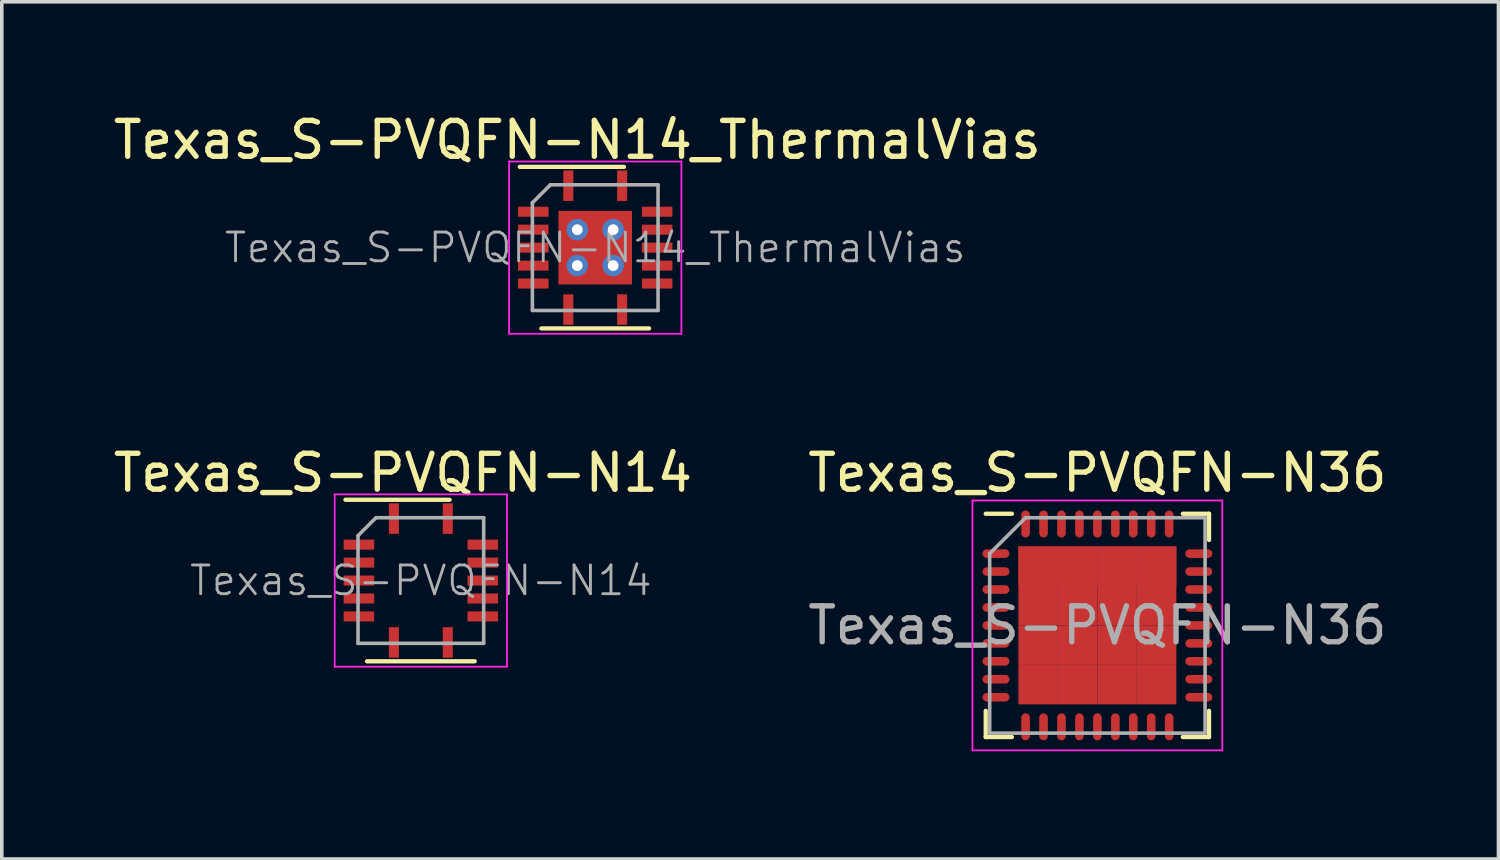
<source format=kicad_pcb>
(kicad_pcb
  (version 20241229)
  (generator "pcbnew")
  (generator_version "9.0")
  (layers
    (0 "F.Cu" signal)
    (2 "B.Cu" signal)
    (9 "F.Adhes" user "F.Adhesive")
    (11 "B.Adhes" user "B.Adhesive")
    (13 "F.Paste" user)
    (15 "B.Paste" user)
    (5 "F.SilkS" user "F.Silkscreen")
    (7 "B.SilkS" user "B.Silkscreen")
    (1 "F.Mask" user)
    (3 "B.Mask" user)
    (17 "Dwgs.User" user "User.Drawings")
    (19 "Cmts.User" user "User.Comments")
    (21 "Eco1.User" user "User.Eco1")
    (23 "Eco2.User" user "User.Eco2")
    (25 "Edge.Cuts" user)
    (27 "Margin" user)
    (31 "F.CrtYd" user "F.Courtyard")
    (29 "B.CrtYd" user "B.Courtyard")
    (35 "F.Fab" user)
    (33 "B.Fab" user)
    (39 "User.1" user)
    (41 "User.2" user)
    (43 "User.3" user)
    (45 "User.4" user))
  (footprint "Texas_S-PVQFN-N36"
    (layer "F.Cu")
    (at 27.518 14.371)
    (property "Reference" "Texas_S-PVQFN-N36" (at 0 -4.25 0) (layer "F.SilkS") (effects (font (size 1 1) (thickness 0.15))))
    (attr smd)
    (fp_line (start -3.11 3.11) (end -3.11 2.38) (stroke (width 0.12) (type solid)) (layer "F.SilkS"))
    (fp_line (start -3.11 3.11) (end -2.38 3.11) (stroke (width 0.12) (type solid)) (layer "F.SilkS"))
    (fp_line (start -2.38 -3.11) (end -3.11 -3.11) (stroke (width 0.12) (type solid)) (layer "F.SilkS"))
    (fp_line (start 3.11 -3.11) (end 2.38 -3.11) (stroke (width 0.12) (type solid)) (layer "F.SilkS"))
    (fp_line (start 3.11 -3.11) (end 3.11 -2.38) (stroke (width 0.12) (type solid)) (layer "F.SilkS"))
    (fp_line (start 3.11 3.11) (end 2.38 3.11) (stroke (width 0.12) (type solid)) (layer "F.SilkS"))
    (fp_line (start 3.11 3.11) (end 3.11 2.38) (stroke (width 0.12) (type solid)) (layer "F.SilkS"))
    (fp_line (start -3.48 -3.48) (end -3.48 3.48) (stroke (width 0.05) (type solid)) (layer "F.CrtYd"))
    (fp_line (start -3.48 -3.48) (end 3.48 -3.48) (stroke (width 0.05) (type solid)) (layer "F.CrtYd"))
    (fp_line (start -3.48 3.48) (end 3.48 3.48) (stroke (width 0.05) (type solid)) (layer "F.CrtYd"))
    (fp_line (start 3.48 -3.48) (end 3.48 3.48) (stroke (width 0.05) (type solid)) (layer "F.CrtYd"))
    (fp_line (start -3 -2) (end -2 -3) (stroke (width 0.1) (type solid)) (layer "F.Fab"))
    (fp_line (start -3 3) (end -3 -2) (stroke (width 0.1) (type solid)) (layer "F.Fab"))
    (fp_line (start -2 -3) (end 3 -3) (stroke (width 0.1) (type solid)) (layer "F.Fab"))
    (fp_line (start 3 -3) (end 3 3) (stroke (width 0.1) (type solid)) (layer "F.Fab"))
    (fp_line (start 3 3) (end -3 3) (stroke (width 0.1) (type solid)) (layer "F.Fab"))
    (fp_text user "${REFERENCE}" (at 0 0 0) (layer "F.Fab") (effects (font (size 1 1) (thickness 0.15))))
    (pad "1" smd oval (at -2.825 -2) (size 0.75 0.24) (layers "F.Cu" "F.Mask" "F.Paste"))
    (pad "2" smd oval (at -2.825 -1.5) (size 0.75 0.24) (layers "F.Cu" "F.Mask" "F.Paste"))
    (pad "3" smd oval (at -2.825 -1) (size 0.75 0.24) (layers "F.Cu" "F.Mask" "F.Paste"))
    (pad "4" smd oval (at -2.825 -0.5) (size 0.75 0.24) (layers "F.Cu" "F.Mask" "F.Paste"))
    (pad "5" smd oval (at -2.825 0) (size 0.75 0.24) (layers "F.Cu" "F.Mask" "F.Paste"))
    (pad "6" smd oval (at -2.825 0.5) (size 0.75 0.24) (layers "F.Cu" "F.Mask" "F.Paste"))
    (pad "7" smd oval (at -2.825 1) (size 0.75 0.24) (layers "F.Cu" "F.Mask" "F.Paste"))
    (pad "8" smd oval (at -2.825 1.5) (size 0.75 0.24) (layers "F.Cu" "F.Mask" "F.Paste"))
    (pad "9" smd oval (at -2.825 2) (size 0.75 0.24) (layers "F.Cu" "F.Mask" "F.Paste"))
    (pad "10" smd oval (at -2 2.825 90) (size 0.75 0.24) (layers "F.Cu" "F.Mask" "F.Paste"))
    (pad "11" smd oval (at -1.5 2.825 90) (size 0.75 0.24) (layers "F.Cu" "F.Mask" "F.Paste"))
    (pad "12" smd oval (at -1 2.825 90) (size 0.75 0.24) (layers "F.Cu" "F.Mask" "F.Paste"))
    (pad "13" smd oval (at -0.5 2.825 90) (size 0.75 0.24) (layers "F.Cu" "F.Mask" "F.Paste"))
    (pad "14" smd oval (at 0 2.825 90) (size 0.75 0.24) (layers "F.Cu" "F.Mask" "F.Paste"))
    (pad "15" smd oval (at 0.5 2.825 90) (size 0.75 0.24) (layers "F.Cu" "F.Mask" "F.Paste"))
    (pad "16" smd oval (at 1 2.825 90) (size 0.75 0.24) (layers "F.Cu" "F.Mask" "F.Paste"))
    (pad "17" smd oval (at 1.5 2.825 90) (size 0.75 0.24) (layers "F.Cu" "F.Mask" "F.Paste"))
    (pad "18" smd oval (at 2 2.825 90) (size 0.75 0.24) (layers "F.Cu" "F.Mask" "F.Paste"))
    (pad "19" smd oval (at 2.825 2) (size 0.75 0.24) (layers "F.Cu" "F.Mask" "F.Paste"))
    (pad "20" smd oval (at 2.825 1.5) (size 0.75 0.24) (layers "F.Cu" "F.Mask" "F.Paste"))
    (pad "21" smd oval (at 2.825 1) (size 0.75 0.24) (layers "F.Cu" "F.Mask" "F.Paste"))
    (pad "22" smd oval (at 2.825 0.5) (size 0.75 0.24) (layers "F.Cu" "F.Mask" "F.Paste"))
    (pad "23" smd oval (at 2.825 0) (size 0.75 0.24) (layers "F.Cu" "F.Mask" "F.Paste"))
    (pad "24" smd oval (at 2.825 -0.5) (size 0.75 0.24) (layers "F.Cu" "F.Mask" "F.Paste"))
    (pad "25" smd oval (at 2.825 -1) (size 0.75 0.24) (layers "F.Cu" "F.Mask" "F.Paste"))
    (pad "26" smd oval (at 2.825 -1.5) (size 0.75 0.24) (layers "F.Cu" "F.Mask" "F.Paste"))
    (pad "27" smd oval (at 2.825 -2) (size 0.75 0.24) (layers "F.Cu" "F.Mask" "F.Paste"))
    (pad "28" smd oval (at 2 -2.825 90) (size 0.75 0.24) (layers "F.Cu" "F.Mask" "F.Paste"))
    (pad "29" smd oval (at 1.5 -2.825 90) (size 0.75 0.24) (layers "F.Cu" "F.Mask" "F.Paste"))
    (pad "30" smd oval (at 1 -2.825 90) (size 0.75 0.24) (layers "F.Cu" "F.Mask" "F.Paste"))
    (pad "31" smd oval (at 0.5 -2.825 90) (size 0.75 0.24) (layers "F.Cu" "F.Mask" "F.Paste"))
    (pad "32" smd oval (at 0 -2.825 90) (size 0.75 0.24) (layers "F.Cu" "F.Mask" "F.Paste"))
    (pad "33" smd oval (at -0.5 -2.825 90) (size 0.75 0.24) (layers "F.Cu" "F.Mask" "F.Paste"))
    (pad "34" smd oval (at -1 -2.825 90) (size 0.75 0.24) (layers "F.Cu" "F.Mask" "F.Paste"))
    (pad "35" smd oval (at -1.5 -2.825 90) (size 0.75 0.24) (layers "F.Cu" "F.Mask" "F.Paste"))
    (pad "36" smd oval (at -2 -2.825 90) (size 0.75 0.24) (layers "F.Cu" "F.Mask" "F.Paste"))
    (pad "37" smd rect (at -1.65 -1.65) (size 1.1 1.1) (layers "F.Cu" "F.Mask" "F.Paste"))
    (pad "37" smd rect (at -1.65 -1.65) (size 1.1 1.1) (layers "F.Cu" "F.Mask" "F.Paste"))
    (pad "37" smd rect (at -1.65 -0.55) (size 1.1 1.1) (layers "F.Cu" "F.Mask" "F.Paste"))
    (pad "37" smd rect (at -1.65 0.55) (size 1.1 1.1) (layers "F.Cu" "F.Mask" "F.Paste"))
    (pad "37" smd rect (at -1.65 1.65) (size 1.1 1.1) (layers "F.Cu" "F.Mask" "F.Paste"))
    (pad "37" smd rect (at -0.55 -1.65) (size 1.1 1.1) (layers "F.Cu" "F.Mask" "F.Paste"))
    (pad "37" smd rect (at -0.55 -1.65) (size 1.1 1.1) (layers "F.Cu" "F.Mask" "F.Paste"))
    (pad "37" smd rect (at -0.55 -0.55) (size 1.1 1.1) (layers "F.Cu" "F.Mask" "F.Paste"))
    (pad "37" smd rect (at -0.55 0.55) (size 1.1 1.1) (layers "F.Cu" "F.Mask" "F.Paste"))
    (pad "37" smd rect (at -0.55 1.65) (size 1.1 1.1) (layers "F.Cu" "F.Mask" "F.Paste"))
    (pad "37" smd rect (at 0.55 -1.65) (size 1.1 1.1) (layers "F.Cu" "F.Mask" "F.Paste"))
    (pad "37" smd rect (at 0.55 -1.65) (size 1.1 1.1) (layers "F.Cu" "F.Mask" "F.Paste"))
    (pad "37" smd rect (at 0.55 -0.55) (size 1.1 1.1) (layers "F.Cu" "F.Mask" "F.Paste"))
    (pad "37" smd rect (at 0.55 0.55) (size 1.1 1.1) (layers "F.Cu" "F.Mask" "F.Paste"))
    (pad "37" smd rect (at 0.55 1.65) (size 1.1 1.1) (layers "F.Cu" "F.Mask" "F.Paste"))
    (pad "37" smd rect (at 1.65 -1.65) (size 1.1 1.1) (layers "F.Cu" "F.Mask" "F.Paste"))
    (pad "37" smd rect (at 1.65 -1.65) (size 1.1 1.1) (layers "F.Cu" "F.Mask" "F.Paste"))
    (pad "37" smd rect (at 1.65 -0.55) (size 1.1 1.1) (layers "F.Cu" "F.Mask" "F.Paste"))
    (pad "37" smd rect (at 1.65 0.55) (size 1.1 1.1) (layers "F.Cu" "F.Mask" "F.Paste"))
    (pad "37" smd rect (at 1.65 1.65) (size 1.1 1.1) (layers "F.Cu" "F.Mask" "F.Paste")))
  (footprint "Texas_S-PVQFN-N14"
    (layer "F.Cu")
    (at 8.673 13.121)
    (property "Reference" "Texas_S-PVQFN-N14" (at -0.5 -3 0) (layer "F.SilkS") (effects (font (size 1 1) (thickness 0.15))))
    (attr smd)
    (fp_line (start -1.5 2.25) (end 1.5 2.25) (stroke (width 0.12) (type solid)) (layer "F.SilkS"))
    (fp_line (start 0.8 -2.25) (end -2.1 -2.25) (stroke (width 0.12) (type solid)) (layer "F.SilkS"))
    (fp_line (start -2.4 -2.4) (end 2.4 -2.4) (stroke (width 0.05) (type solid)) (layer "F.CrtYd"))
    (fp_line (start -2.4 2.4) (end -2.4 -2.4) (stroke (width 0.05) (type solid)) (layer "F.CrtYd"))
    (fp_line (start 2.4 -2.4) (end 2.4 2.4) (stroke (width 0.05) (type solid)) (layer "F.CrtYd"))
    (fp_line (start 2.4 2.4) (end -2.4 2.4) (stroke (width 0.05) (type solid)) (layer "F.CrtYd"))
    (fp_line (start -1.75 1.75) (end -1.75 -1.25) (stroke (width 0.1) (type solid)) (layer "F.Fab"))
    (fp_line (start -1.25 -1.75) (end -1.75 -1.25) (stroke (width 0.1) (type solid)) (layer "F.Fab"))
    (fp_line (start -1.25 -1.75) (end 1.75 -1.75) (stroke (width 0.1) (type solid)) (layer "F.Fab"))
    (fp_line (start 1.75 -1.75) (end 1.75 1.75) (stroke (width 0.1) (type solid)) (layer "F.Fab"))
    (fp_line (start 1.75 1.75) (end -1.75 1.75) (stroke (width 0.1) (type solid)) (layer "F.Fab"))
    (fp_text user "${REFERENCE}" (at 0 0 0) (layer "F.Fab") (effects (font (size 0.8 0.8) (thickness 0.08))))
    (pad "1" smd rect (at -0.75 -1.725 270) (size 0.85 0.28) (layers "F.Cu" "F.Mask" "F.Paste"))
    (pad "2" smd rect (at -1.725 -1 270) (size 0.28 0.85) (layers "F.Cu" "F.Mask" "F.Paste"))
    (pad "3" smd rect (at -1.725 -0.5 270) (size 0.28 0.85) (layers "F.Cu" "F.Mask" "F.Paste"))
    (pad "4" smd rect (at -1.725 0 270) (size 0.28 0.85) (layers "F.Cu" "F.Mask" "F.Paste"))
    (pad "5" smd rect (at -1.725 0.5 270) (size 0.28 0.85) (layers "F.Cu" "F.Mask" "F.Paste"))
    (pad "6" smd rect (at -1.725 1 270) (size 0.28 0.85) (layers "F.Cu" "F.Mask" "F.Paste"))
    (pad "7" smd rect (at -0.75 1.725 270) (size 0.85 0.28) (layers "F.Cu" "F.Mask" "F.Paste"))
    (pad "8" smd rect (at 0.75 1.725 270) (size 0.85 0.28) (layers "F.Cu" "F.Mask" "F.Paste"))
    (pad "9" smd rect (at 1.725 1 270) (size 0.28 0.85) (layers "F.Cu" "F.Mask" "F.Paste"))
    (pad "10" smd rect (at 1.725 0.5 270) (size 0.28 0.85) (layers "F.Cu" "F.Mask" "F.Paste"))
    (pad "11" smd rect (at 1.725 0 270) (size 0.28 0.85) (layers "F.Cu" "F.Mask" "F.Paste"))
    (pad "12" smd rect (at 1.725 -0.5 270) (size 0.28 0.85) (layers "F.Cu" "F.Mask" "F.Paste"))
    (pad "13" smd rect (at 1.725 -1 270) (size 0.28 0.85) (layers "F.Cu" "F.Mask" "F.Paste"))
    (pad "14" smd rect (at 0.75 -1.725 270) (size 0.85 0.28) (layers "F.Cu" "F.Mask" "F.Paste")))
  (footprint "Texas_S-PVQFN-N14_ThermalVias"
    (layer "F.Cu")
    (at 13.53 3.848)
    (property "Reference" "Texas_S-PVQFN-N14_ThermalVias" (at -0.5 -3 0) (layer "F.SilkS") (effects (font (size 1 1) (thickness 0.15))))
    (attr smd)
    (fp_line (start -1.5 2.25) (end 1.5 2.25) (stroke (width 0.12) (type solid)) (layer "F.SilkS"))
    (fp_line (start 0.8 -2.25) (end -2.1 -2.25) (stroke (width 0.12) (type solid)) (layer "F.SilkS"))
    (fp_line (start -2.4 -2.4) (end 2.4 -2.4) (stroke (width 0.05) (type solid)) (layer "F.CrtYd"))
    (fp_line (start -2.4 2.4) (end -2.4 -2.4) (stroke (width 0.05) (type solid)) (layer "F.CrtYd"))
    (fp_line (start 2.4 -2.4) (end 2.4 2.4) (stroke (width 0.05) (type solid)) (layer "F.CrtYd"))
    (fp_line (start 2.4 2.4) (end -2.4 2.4) (stroke (width 0.05) (type solid)) (layer "F.CrtYd"))
    (fp_line (start -1.75 1.75) (end -1.75 -1.25) (stroke (width 0.1) (type solid)) (layer "F.Fab"))
    (fp_line (start -1.25 -1.75) (end -1.75 -1.25) (stroke (width 0.1) (type solid)) (layer "F.Fab"))
    (fp_line (start -1.25 -1.75) (end 1.75 -1.75) (stroke (width 0.1) (type solid)) (layer "F.Fab"))
    (fp_line (start 1.75 -1.75) (end 1.75 1.75) (stroke (width 0.1) (type solid)) (layer "F.Fab"))
    (fp_line (start 1.75 1.75) (end -1.75 1.75) (stroke (width 0.1) (type solid)) (layer "F.Fab"))
    (fp_text user "${REFERENCE}" (at 0 0 0) (layer "F.Fab") (effects (font (size 0.8 0.8) (thickness 0.08))))
    (pad "" smd rect (at -0.56 -0.56 270) (size 0.82 0.82) (layers "F.Paste"))
    (pad "" smd rect (at -0.56 0.56 270) (size 0.82 0.82) (layers "F.Paste"))
    (pad "" smd rect (at 0.56 -0.56 270) (size 0.82 0.82) (layers "F.Paste"))
    (pad "" smd rect (at 0.56 0.56 270) (size 0.82 0.82) (layers "F.Paste"))
    (pad "1" smd rect (at -0.75 -1.725 270) (size 0.85 0.28) (layers "F.Cu" "F.Mask" "F.Paste"))
    (pad "2" smd rect (at -1.725 -1 270) (size 0.28 0.85) (layers "F.Cu" "F.Mask" "F.Paste"))
    (pad "3" smd rect (at -1.725 -0.5 270) (size 0.28 0.85) (layers "F.Cu" "F.Mask" "F.Paste"))
    (pad "4" smd rect (at -1.725 0 270) (size 0.28 0.85) (layers "F.Cu" "F.Mask" "F.Paste"))
    (pad "5" smd rect (at -1.725 0.5 270) (size 0.28 0.85) (layers "F.Cu" "F.Mask" "F.Paste"))
    (pad "6" smd rect (at -1.725 1 270) (size 0.28 0.85) (layers "F.Cu" "F.Mask" "F.Paste"))
    (pad "7" smd rect (at -0.75 1.725 270) (size 0.85 0.28) (layers "F.Cu" "F.Mask" "F.Paste"))
    (pad "8" smd rect (at 0.75 1.725 270) (size 0.85 0.28) (layers "F.Cu" "F.Mask" "F.Paste"))
    (pad "9" smd rect (at 1.725 1 270) (size 0.28 0.85) (layers "F.Cu" "F.Mask" "F.Paste"))
    (pad "10" smd rect (at 1.725 0.5 270) (size 0.28 0.85) (layers "F.Cu" "F.Mask" "F.Paste"))
    (pad "11" smd rect (at 1.725 0 270) (size 0.28 0.85) (layers "F.Cu" "F.Mask" "F.Paste"))
    (pad "12" smd rect (at 1.725 -0.5 270) (size 0.28 0.85) (layers "F.Cu" "F.Mask" "F.Paste"))
    (pad "13" smd rect (at 1.725 -1 270) (size 0.28 0.85) (layers "F.Cu" "F.Mask" "F.Paste"))
    (pad "14" smd rect (at 0.75 -1.725 270) (size 0.85 0.28) (layers "F.Cu" "F.Mask" "F.Paste"))
    (pad "15" thru_hole circle (at -0.5 -0.5 270) (size 0.6 0.6) (drill 0.3) (layers "*.Cu" "F.Mask"))
    (pad "15" thru_hole circle (at -0.5 0.5 270) (size 0.6 0.6) (drill 0.3) (layers "*.Cu" "F.Mask"))
    (pad "15" smd rect (at 0 0 270) (size 2.05 2.05) (layers "F.Cu" "F.Mask"))
    (pad "15" thru_hole circle (at 0.5 -0.5 270) (size 0.6 0.6) (drill 0.3) (layers "*.Cu" "F.Mask"))
    (pad "15" thru_hole circle (at 0.5 0.5 270) (size 0.6 0.6) (drill 0.3) (layers "*.Cu" "F.Mask")))
  (gr_rect
    (start -3 -3)
    (end 38.69 20.877)
    (stroke (width 0.1) (type default))
    (fill no)
    (layer "Edge.Cuts")))
</source>
